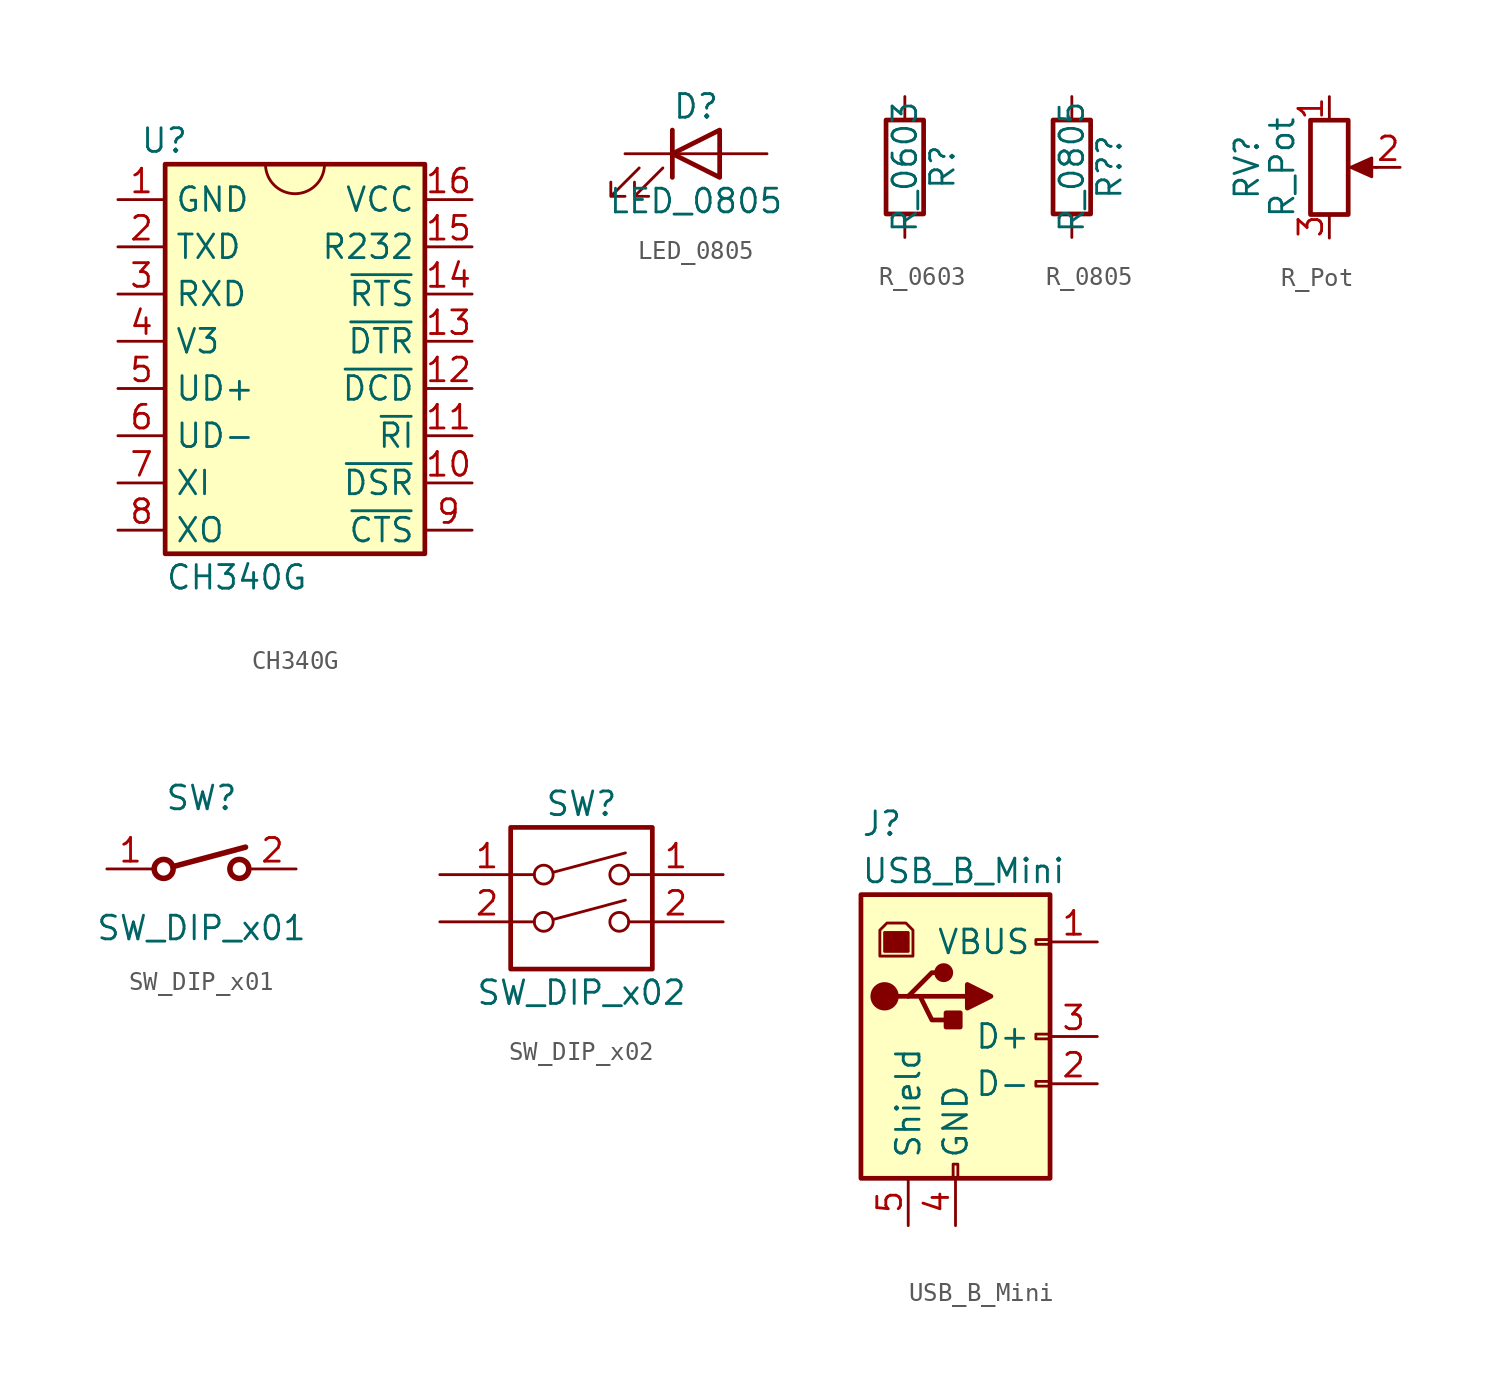
<source format=kicad_sym>
(kicad_symbol_lib
  (version 20211014)
  (generator kicad_symbol_editor)
  (symbol "CH340G"
    (property "Reference" "U"
      (at -5.715 12.065 0)
      (effects (font (size 1.27 1.27)) (justify right)))
    (property "Value" "CH340G"
      (at -6.985 -11.43 0)
      (effects (font (size 1.27 1.27)) (justify left)))
    (symbol "CH340G_0_1"
      (rectangle (start -6.985 10.795) (end 6.985 -10.16) (stroke (width 0.254) (type default) (color 0 0 0 0)) (fill (type background)))
      (arc (start -1.5875 10.7772) (mid 0 9.2074) (end 1.5875 10.7772) (stroke (width 0) (type default) (color 0 0 0 0)) (fill (type none))))
    (symbol "CH340G_1_1"
      (pin power_in line (at -9.525 8.89 0) (length 2.54) (name "GND" (effects (font (size 1.27 1.27)))) (number "1" (effects (font (size 1.27 1.27)))))
      (pin input line (at 9.525 -6.35 180) (length 2.54) (name "~{DSR}" (effects (font (size 1.27 1.27)))) (number "10" (effects (font (size 1.27 1.27)))))
      (pin input line (at 9.525 -3.81 180) (length 2.54) (name "~{RI}" (effects (font (size 1.27 1.27)))) (number "11" (effects (font (size 1.27 1.27)))))
      (pin input line (at 9.525 -1.27 180) (length 2.54) (name "~{DCD}" (effects (font (size 1.27 1.27)))) (number "12" (effects (font (size 1.27 1.27)))))
      (pin output line (at 9.525 1.27 180) (length 2.54) (name "~{DTR}" (effects (font (size 1.27 1.27)))) (number "13" (effects (font (size 1.27 1.27)))))
      (pin output line (at 9.525 3.81 180) (length 2.54) (name "~{RTS}" (effects (font (size 1.27 1.27)))) (number "14" (effects (font (size 1.27 1.27)))))
      (pin input line (at 9.525 6.35 180) (length 2.54) (name "R232" (effects (font (size 1.27 1.27)))) (number "15" (effects (font (size 1.27 1.27)))))
      (pin power_in line (at 9.525 8.89 180) (length 2.54) (name "VCC" (effects (font (size 1.27 1.27)))) (number "16" (effects (font (size 1.27 1.27)))))
      (pin output line (at -9.525 6.35 0) (length 2.54) (name "TXD" (effects (font (size 1.27 1.27)))) (number "2" (effects (font (size 1.27 1.27)))))
      (pin input line (at -9.525 3.81 0) (length 2.54) (name "RXD" (effects (font (size 1.27 1.27)))) (number "3" (effects (font (size 1.27 1.27)))))
      (pin passive line (at -9.525 1.27 0) (length 2.54) (name "V3" (effects (font (size 1.27 1.27)))) (number "4" (effects (font (size 1.27 1.27)))))
      (pin bidirectional line (at -9.525 -1.27 0) (length 2.54) (name "UD+" (effects (font (size 1.27 1.27)))) (number "5" (effects (font (size 1.27 1.27)))))
      (pin bidirectional line (at -9.525 -3.81 0) (length 2.54) (name "UD-" (effects (font (size 1.27 1.27)))) (number "6" (effects (font (size 1.27 1.27)))))
      (pin input line (at -9.525 -6.35 0) (length 2.54) (name "XI" (effects (font (size 1.27 1.27)))) (number "7" (effects (font (size 1.27 1.27)))))
      (pin output line (at -9.525 -8.89 0) (length 2.54) (name "XO" (effects (font (size 1.27 1.27)))) (number "8" (effects (font (size 1.27 1.27)))))
      (pin input line (at 9.525 -8.89 180) (length 2.54) (name "~{CTS}" (effects (font (size 1.27 1.27)))) (number "9" (effects (font (size 1.27 1.27)))))))
  (symbol "LED_0805"
    (pin_numbers hide)
    (pin_names
      (offset 1.016) hide)
    (property "Reference" "D"
      (at 0 2.54 0)
      (effects (font (size 1.27 1.27))))
    (property "Value" "LED_0805"
      (at 0 -2.54 0)
      (effects (font (size 1.27 1.27))))
    (symbol "LED_0805_0_1"
      (polyline (pts (xy -1.27 -1.27) (xy -1.27 1.27)) (stroke (width 0.254) (type default) (color 0 0 0 0)) (fill (type none)))
      (polyline (pts (xy -1.27 0) (xy 1.27 0)) (stroke (width 0) (type default) (color 0 0 0 0)) (fill (type none)))
      (polyline (pts (xy 1.27 -1.27) (xy 1.27 1.27) (xy -1.27 0) (xy 1.27 -1.27)) (stroke (width 0.254) (type default) (color 0 0 0 0)) (fill (type none)))
      (polyline (pts (xy -3.048 -0.762) (xy -4.572 -2.286) (xy -3.81 -2.286) (xy -4.572 -2.286) (xy -4.572 -1.524)) (stroke (width 0) (type default) (color 0 0 0 0)) (fill (type none)))
      (polyline (pts (xy -1.778 -0.762) (xy -3.302 -2.286) (xy -2.54 -2.286) (xy -3.302 -2.286) (xy -3.302 -1.524)) (stroke (width 0) (type default) (color 0 0 0 0)) (fill (type none))))
    (symbol "LED_0805_1_1"
      (pin passive line (at -3.81 0 0) (length 2.54) (name "K" (effects (font (size 1.27 1.27)))) (number "1" (effects (font (size 1.27 1.27)))))
      (pin passive line (at 3.81 0 180) (length 2.54) (name "A" (effects (font (size 1.27 1.27)))) (number "2" (effects (font (size 1.27 1.27)))))))
  (symbol "R_0603"
    (pin_numbers hide)
    (pin_names
      (offset 0))
    (property "Reference" "R"
      (at 2.032 0 90)
      (effects (font (size 1.27 1.27))))
    (property "Value" "R_0603"
      (at 0 0 90)
      (effects (font (size 1.27 1.27))))
    (symbol "R_0603_0_1"
      (rectangle (start -1.016 -2.54) (end 1.016 2.54) (stroke (width 0.254) (type default) (color 0 0 0 0)) (fill (type none))))
    (symbol "R_0603_1_1"
      (pin passive line (at 0 3.81 270) (length 1.27) (name "~" (effects (font (size 1.27 1.27)))) (number "1" (effects (font (size 1.27 1.27)))))
      (pin passive line (at 0 -3.81 90) (length 1.27) (name "~" (effects (font (size 1.27 1.27)))) (number "2" (effects (font (size 1.27 1.27)))))))
  (symbol "R_0805"
    (pin_numbers hide)
    (pin_names
      (offset 0))
    (property "Reference" "R?"
      (at 2.032 0 90)
      (effects (font (size 1.27 1.27))))
    (property "Value" "R_0805"
      (at 0 0 90)
      (effects (font (size 1.27 1.27))))
    (symbol "R_0805_0_1"
      (rectangle (start -1.016 -2.54) (end 1.016 2.54) (stroke (width 0.254) (type default) (color 0 0 0 0)) (fill (type none))))
    (symbol "R_0805_1_1"
      (pin passive line (at 0 3.81 270) (length 1.27) (name "~" (effects (font (size 1.27 1.27)))) (number "1" (effects (font (size 1.27 1.27)))))
      (pin passive line (at 0 -3.81 90) (length 1.27) (name "~" (effects (font (size 1.27 1.27)))) (number "2" (effects (font (size 1.27 1.27)))))))
  (symbol "R_Pot"
    (pin_names
      (offset 1.016) hide)
    (property "Reference" "RV"
      (at -4.445 0 90)
      (effects (font (size 1.27 1.27))))
    (property "Value" "R_Pot"
      (at -2.54 0 90)
      (effects (font (size 1.27 1.27))))
    (symbol "R_Pot_0_1"
      (polyline (pts (xy 2.54 0) (xy 1.524 0)) (stroke (width 0) (type default) (color 0 0 0 0)) (fill (type none)))
      (polyline (pts (xy 1.143 0) (xy 2.286 0.508) (xy 2.286 -0.508) (xy 1.143 0)) (stroke (width 0) (type default) (color 0 0 0 0)) (fill (type outline)))
      (rectangle (start 1.016 2.54) (end -1.016 -2.54) (stroke (width 0.254) (type default) (color 0 0 0 0)) (fill (type none))))
    (symbol "R_Pot_1_1"
      (pin passive line (at 0 3.81 270) (length 1.27) (name "1" (effects (font (size 1.27 1.27)))) (number "1" (effects (font (size 1.27 1.27)))))
      (pin passive line (at 3.81 0 180) (length 1.27) (name "2" (effects (font (size 1.27 1.27)))) (number "2" (effects (font (size 1.27 1.27)))))
      (pin passive line (at 0 -3.81 90) (length 1.27) (name "3" (effects (font (size 1.27 1.27)))) (number "3" (effects (font (size 1.27 1.27)))))))
  (symbol "SW_DIP_x01"
    (pin_names
      (offset 0) hide)
    (property "Reference" "SW"
      (at 0 3.81 0)
      (effects (font (size 1.27 1.27))))
    (property "Value" "SW_DIP_x01"
      (at 0 -3.175 0)
      (effects (font (size 1.27 1.27))))
    (symbol "SW_DIP_x01_0_0"
      (circle (center -2.032 0) (radius 0.508) (stroke (width 0.3) (type default) (color 0 0 0 0)) (fill (type none)))
      (polyline (pts (xy -1.524 0.127) (xy 2.362 1.168)) (stroke (width 0.3) (type default) (color 0 0 0 0)) (fill (type none)))
      (circle (center 2.032 0) (radius 0.508) (stroke (width 0.3) (type default) (color 0 0 0 0)) (fill (type none))))
    (symbol "SW_DIP_x01_1_1"
      (pin passive line (at -5.08 0 0) (length 2.54) (name "~" (effects (font (size 1.27 1.27)))) (number "1" (effects (font (size 1.27 1.27)))))
      (pin passive line (at 5.08 0 180) (length 2.54) (name "~" (effects (font (size 1.27 1.27)))) (number "2" (effects (font (size 1.27 1.27)))))))
  (symbol "SW_DIP_x02"
    (pin_names
      (offset 0) hide)
    (property "Reference" "SW"
      (at 0 6.35 0)
      (effects (font (size 1.27 1.27))))
    (property "Value" "SW_DIP_x02"
      (at 0 -3.81 0)
      (effects (font (size 1.27 1.27))))
    (symbol "SW_DIP_x02_0_0"
      (circle (center -2.032 0) (radius 0.508) (stroke (width 0) (type default) (color 0 0 0 0)) (fill (type none)))
      (circle (center -2.032 2.54) (radius 0.508) (stroke (width 0) (type default) (color 0 0 0 0)) (fill (type none)))
      (polyline (pts (xy -1.524 0.127) (xy 2.362 1.168)) (stroke (width 0) (type default) (color 0 0 0 0)) (fill (type none)))
      (polyline (pts (xy -1.524 2.667) (xy 2.362 3.708)) (stroke (width 0) (type default) (color 0 0 0 0)) (fill (type none)))
      (circle (center 2.032 0) (radius 0.508) (stroke (width 0) (type default) (color 0 0 0 0)) (fill (type none)))
      (circle (center 2.032 2.54) (radius 0.508) (stroke (width 0) (type default) (color 0 0 0 0)) (fill (type none))))
    (symbol "SW_DIP_x02_0_1"
      (rectangle (start -3.81 5.08) (end 3.81 -2.54) (stroke (width 0.254) (type default) (color 0 0 0 0)) (fill (type none))))
    (symbol "SW_DIP_x02_1_1"
      (pin passive line (at -7.62 2.54 0) (length 5.08) (name "~" (effects (font (size 1.27 1.27)))) (number "1" (effects (font (size 1.27 1.27)))))
      (pin passive line (at 7.62 2.54 180) (length 5.08) (name "~" (effects (font (size 1.27 1.27)))) (number "1" (effects (font (size 1.27 1.27)))))
      (pin passive line (at -7.62 0 0) (length 5.08) (name "~" (effects (font (size 1.27 1.27)))) (number "2" (effects (font (size 1.27 1.27)))))
      (pin passive line (at 7.62 0 180) (length 5.08) (name "~" (effects (font (size 1.27 1.27)))) (number "2" (effects (font (size 1.27 1.27)))))))
  (symbol "USB_B_Mini"
    (pin_names
      (offset 1.016))
    (property "Reference" "J"
      (at -5.08 11.43 0)
      (effects (font (size 1.27 1.27)) (justify left)))
    (property "Value" "USB_B_Mini"
      (at -5.08 8.89 0)
      (effects (font (size 1.27 1.27)) (justify left)))
    (symbol "USB_B_Mini_0_1"
      (rectangle (start -5.08 -7.62) (end 5.08 7.62) (stroke (width 0.254) (type default) (color 0 0 0 0)) (fill (type background)))
      (circle (center -3.81 2.159) (radius 0.635) (stroke (width 0.254) (type default) (color 0 0 0 0)) (fill (type outline)))
      (rectangle (start -3.81 5.588) (end -2.54 4.572) (stroke (width 0) (type default) (color 0 0 0 0)) (fill (type outline)))
      (circle (center -0.635 3.429) (radius 0.381) (stroke (width 0.254) (type default) (color 0 0 0 0)) (fill (type outline)))
      (rectangle (start -0.127 -7.62) (end 0.127 -6.858) (stroke (width 0) (type default) (color 0 0 0 0)) (fill (type none)))
      (polyline (pts (xy -1.905 2.159) (xy 0.635 2.159)) (stroke (width 0.254) (type default) (color 0 0 0 0)) (fill (type none)))
      (polyline (pts (xy -3.175 2.159) (xy -2.54 2.159) (xy -1.27 3.429) (xy -0.635 3.429)) (stroke (width 0.254) (type default) (color 0 0 0 0)) (fill (type none)))
      (polyline (pts (xy -2.54 2.159) (xy -1.905 2.159) (xy -1.27 0.889) (xy 0 0.889)) (stroke (width 0.254) (type default) (color 0 0 0 0)) (fill (type none)))
      (polyline (pts (xy 0.635 2.794) (xy 0.635 1.524) (xy 1.905 2.159) (xy 0.635 2.794)) (stroke (width 0.254) (type default) (color 0 0 0 0)) (fill (type outline)))
      (polyline (pts (xy -4.064 4.318) (xy -2.286 4.318) (xy -2.286 5.715) (xy -2.667 6.096) (xy -3.683 6.096) (xy -4.064 5.715) (xy -4.064 4.318)) (stroke (width 0) (type default) (color 0 0 0 0)) (fill (type none)))
      (rectangle (start 0.254 1.27) (end -0.508 0.508) (stroke (width 0.254) (type default) (color 0 0 0 0)) (fill (type outline)))
      (rectangle (start 5.08 -2.667) (end 4.318 -2.413) (stroke (width 0) (type default) (color 0 0 0 0)) (fill (type none)))
      (rectangle (start 5.08 -0.127) (end 4.318 0.127) (stroke (width 0) (type default) (color 0 0 0 0)) (fill (type none)))
      (rectangle (start 5.08 4.953) (end 4.318 5.207) (stroke (width 0) (type default) (color 0 0 0 0)) (fill (type none))))
    (symbol "USB_B_Mini_1_1"
      (pin power_out line (at 7.62 5.08 180) (length 2.54) (name "VBUS" (effects (font (size 1.27 1.27)))) (number "1" (effects (font (size 1.27 1.27)))))
      (pin bidirectional line (at 7.62 -2.54 180) (length 2.54) (name "D-" (effects (font (size 1.27 1.27)))) (number "2" (effects (font (size 1.27 1.27)))))
      (pin bidirectional line (at 7.62 0 180) (length 2.54) (name "D+" (effects (font (size 1.27 1.27)))) (number "3" (effects (font (size 1.27 1.27)))))
      (pin power_out line (at 0 -10.16 90) (length 2.54) (name "GND" (effects (font (size 1.27 1.27)))) (number "4" (effects (font (size 1.27 1.27)))))
      (pin passive line (at -2.54 -10.16 90) (length 2.54) (name "Shield" (effects (font (size 1.27 1.27)))) (number "5" (effects (font (size 1.27 1.27))))))))
</source>
